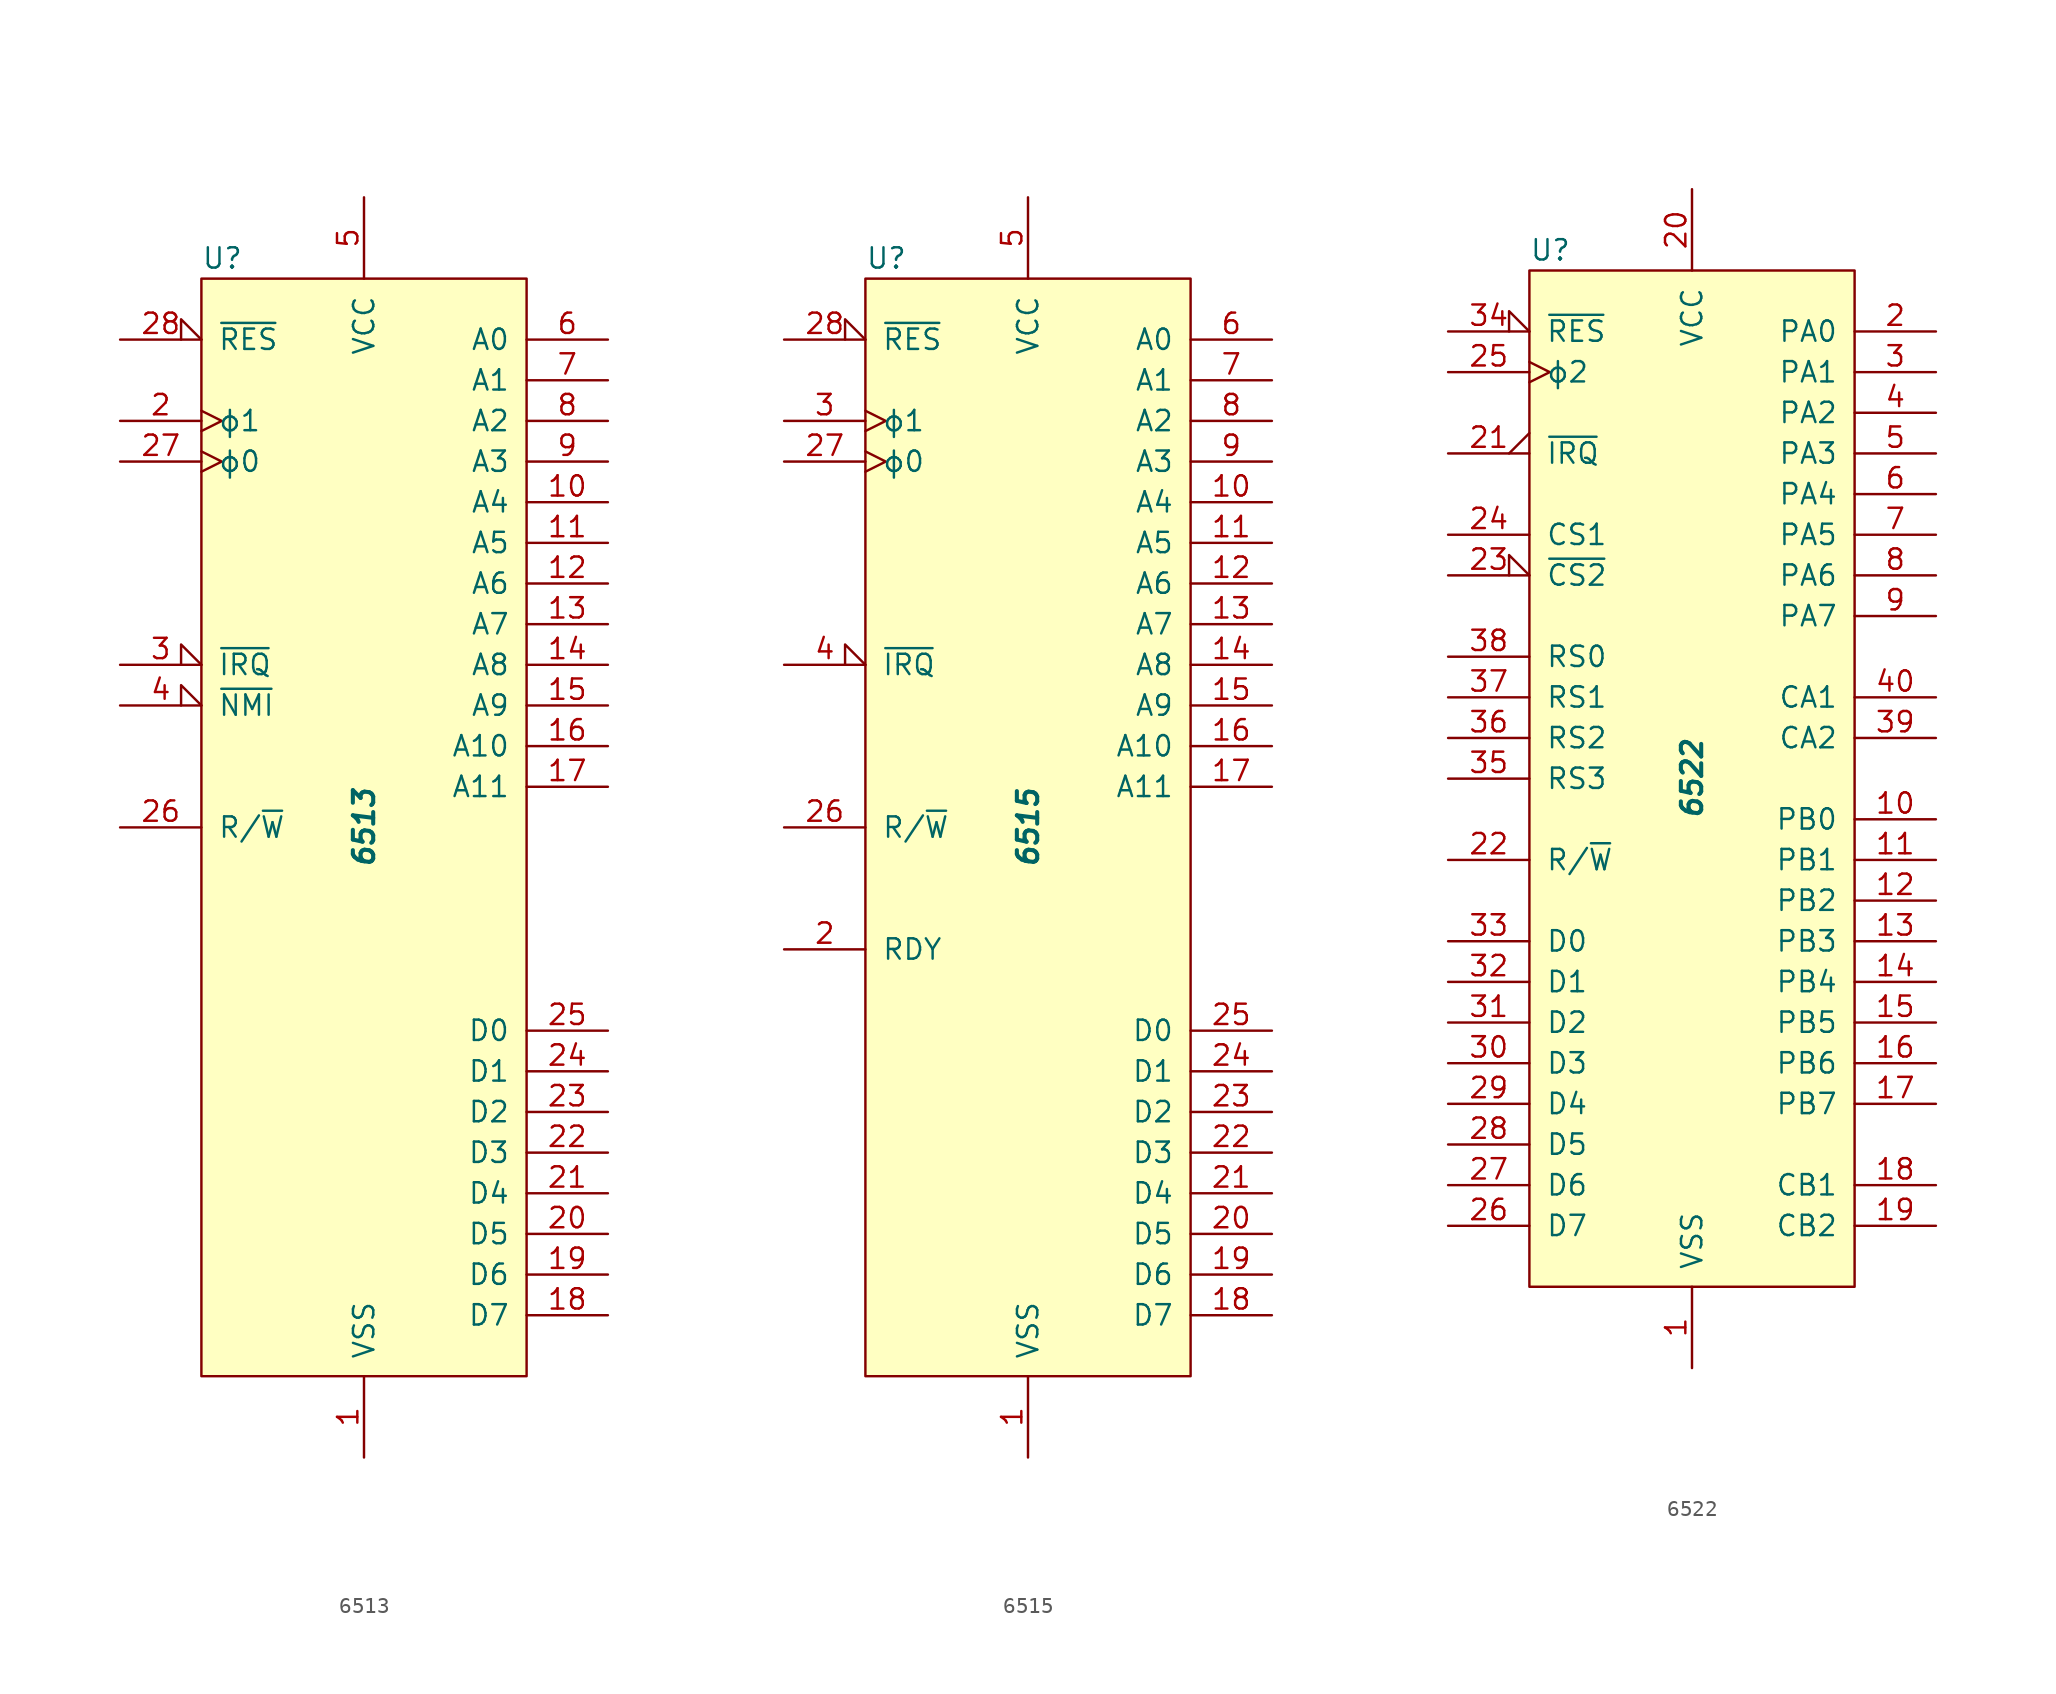
<source format=kicad_sym>
(kicad_symbol_lib
  (version 20211014)
  (generator kicad_symbol_editor)
  (symbol "6513"
    (pin_names
      (offset 1.016))
    (property "Reference" "U"
      (at -10.16 35.56 0)
      (effects (font (size 1.27 1.27)) (justify left)))
    (property "Value" "6513"
      (at 0 0 90)
      (effects (font (size 1.27 1.27) bold italic)))
    (symbol "6513_0_1"
      (rectangle (start -10.16 34.29) (end 10.16 -34.29) (stroke (width 0) (type default) (color 0 0 0 0)) (fill (type background))))
    (symbol "6513_1_1"
      (pin power_in line (at 0 -39.37 90) (length 5.08) (name "VSS" (effects (font (size 1.27 1.27)))) (number "1" (effects (font (size 1.27 1.27)))))
      (pin output line (at 15.24 20.32 180) (length 5.08) (name "A4" (effects (font (size 1.27 1.27)))) (number "10" (effects (font (size 1.27 1.27)))))
      (pin output line (at 15.24 17.78 180) (length 5.08) (name "A5" (effects (font (size 1.27 1.27)))) (number "11" (effects (font (size 1.27 1.27)))))
      (pin output line (at 15.24 15.24 180) (length 5.08) (name "A6" (effects (font (size 1.27 1.27)))) (number "12" (effects (font (size 1.27 1.27)))))
      (pin output line (at 15.24 12.7 180) (length 5.08) (name "A7" (effects (font (size 1.27 1.27)))) (number "13" (effects (font (size 1.27 1.27)))))
      (pin output line (at 15.24 10.16 180) (length 5.08) (name "A8" (effects (font (size 1.27 1.27)))) (number "14" (effects (font (size 1.27 1.27)))))
      (pin output line (at 15.24 7.62 180) (length 5.08) (name "A9" (effects (font (size 1.27 1.27)))) (number "15" (effects (font (size 1.27 1.27)))))
      (pin output line (at 15.24 5.08 180) (length 5.08) (name "A10" (effects (font (size 1.27 1.27)))) (number "16" (effects (font (size 1.27 1.27)))))
      (pin output line (at 15.24 2.54 180) (length 5.08) (name "A11" (effects (font (size 1.27 1.27)))) (number "17" (effects (font (size 1.27 1.27)))))
      (pin bidirectional line (at 15.24 -30.48 180) (length 5.08) (name "D7" (effects (font (size 1.27 1.27)))) (number "18" (effects (font (size 1.27 1.27)))))
      (pin bidirectional line (at 15.24 -27.94 180) (length 5.08) (name "D6" (effects (font (size 1.27 1.27)))) (number "19" (effects (font (size 1.27 1.27)))))
      (pin input clock (at -15.24 25.4 0) (length 5.08) (name "ϕ1" (effects (font (size 1.27 1.27)))) (number "2" (effects (font (size 1.27 1.27)))))
      (pin bidirectional line (at 15.24 -25.4 180) (length 5.08) (name "D5" (effects (font (size 1.27 1.27)))) (number "20" (effects (font (size 1.27 1.27)))))
      (pin bidirectional line (at 15.24 -22.86 180) (length 5.08) (name "D4" (effects (font (size 1.27 1.27)))) (number "21" (effects (font (size 1.27 1.27)))))
      (pin bidirectional line (at 15.24 -20.32 180) (length 5.08) (name "D3" (effects (font (size 1.27 1.27)))) (number "22" (effects (font (size 1.27 1.27)))))
      (pin bidirectional line (at 15.24 -17.78 180) (length 5.08) (name "D2" (effects (font (size 1.27 1.27)))) (number "23" (effects (font (size 1.27 1.27)))))
      (pin bidirectional line (at 15.24 -15.24 180) (length 5.08) (name "D1" (effects (font (size 1.27 1.27)))) (number "24" (effects (font (size 1.27 1.27)))))
      (pin bidirectional line (at 15.24 -12.7 180) (length 5.08) (name "D0" (effects (font (size 1.27 1.27)))) (number "25" (effects (font (size 1.27 1.27)))))
      (pin output line (at -15.24 0 0) (length 5.08) (name "R/~{W}" (effects (font (size 1.27 1.27)))) (number "26" (effects (font (size 1.27 1.27)))))
      (pin input clock (at -15.24 22.86 0) (length 5.08) (name "ϕ0" (effects (font (size 1.27 1.27)))) (number "27" (effects (font (size 1.27 1.27)))))
      (pin input input_low (at -15.24 30.48 0) (length 5.08) (name "~{RES}" (effects (font (size 1.27 1.27)))) (number "28" (effects (font (size 1.27 1.27)))))
      (pin input input_low (at -15.24 10.16 0) (length 5.08) (name "~{IRQ}" (effects (font (size 1.27 1.27)))) (number "3" (effects (font (size 1.27 1.27)))))
      (pin input input_low (at -15.24 7.62 0) (length 5.08) (name "~{NMI}" (effects (font (size 1.27 1.27)))) (number "4" (effects (font (size 1.27 1.27)))))
      (pin power_in line (at 0 39.37 270) (length 5.08) (name "VCC" (effects (font (size 1.27 1.27)))) (number "5" (effects (font (size 1.27 1.27)))))
      (pin output line (at 15.24 30.48 180) (length 5.08) (name "A0" (effects (font (size 1.27 1.27)))) (number "6" (effects (font (size 1.27 1.27)))))
      (pin output line (at 15.24 27.94 180) (length 5.08) (name "A1" (effects (font (size 1.27 1.27)))) (number "7" (effects (font (size 1.27 1.27)))))
      (pin output line (at 15.24 25.4 180) (length 5.08) (name "A2" (effects (font (size 1.27 1.27)))) (number "8" (effects (font (size 1.27 1.27)))))
      (pin output line (at 15.24 22.86 180) (length 5.08) (name "A3" (effects (font (size 1.27 1.27)))) (number "9" (effects (font (size 1.27 1.27)))))))
  (symbol "6515"
    (pin_names
      (offset 1.016))
    (property "Reference" "U"
      (at -10.16 35.56 0)
      (effects (font (size 1.27 1.27)) (justify left)))
    (property "Value" "6515"
      (at 0 0 90)
      (effects (font (size 1.27 1.27) bold italic)))
    (symbol "6515_0_1"
      (rectangle (start -10.16 34.29) (end 10.16 -34.29) (stroke (width 0) (type default) (color 0 0 0 0)) (fill (type background))))
    (symbol "6515_1_1"
      (pin power_in line (at 0 -39.37 90) (length 5.08) (name "VSS" (effects (font (size 1.27 1.27)))) (number "1" (effects (font (size 1.27 1.27)))))
      (pin output line (at 15.24 20.32 180) (length 5.08) (name "A4" (effects (font (size 1.27 1.27)))) (number "10" (effects (font (size 1.27 1.27)))))
      (pin output line (at 15.24 17.78 180) (length 5.08) (name "A5" (effects (font (size 1.27 1.27)))) (number "11" (effects (font (size 1.27 1.27)))))
      (pin output line (at 15.24 15.24 180) (length 5.08) (name "A6" (effects (font (size 1.27 1.27)))) (number "12" (effects (font (size 1.27 1.27)))))
      (pin output line (at 15.24 12.7 180) (length 5.08) (name "A7" (effects (font (size 1.27 1.27)))) (number "13" (effects (font (size 1.27 1.27)))))
      (pin output line (at 15.24 10.16 180) (length 5.08) (name "A8" (effects (font (size 1.27 1.27)))) (number "14" (effects (font (size 1.27 1.27)))))
      (pin output line (at 15.24 7.62 180) (length 5.08) (name "A9" (effects (font (size 1.27 1.27)))) (number "15" (effects (font (size 1.27 1.27)))))
      (pin output line (at 15.24 5.08 180) (length 5.08) (name "A10" (effects (font (size 1.27 1.27)))) (number "16" (effects (font (size 1.27 1.27)))))
      (pin output line (at 15.24 2.54 180) (length 5.08) (name "A11" (effects (font (size 1.27 1.27)))) (number "17" (effects (font (size 1.27 1.27)))))
      (pin bidirectional line (at 15.24 -30.48 180) (length 5.08) (name "D7" (effects (font (size 1.27 1.27)))) (number "18" (effects (font (size 1.27 1.27)))))
      (pin bidirectional line (at 15.24 -27.94 180) (length 5.08) (name "D6" (effects (font (size 1.27 1.27)))) (number "19" (effects (font (size 1.27 1.27)))))
      (pin input line (at -15.24 -7.62 0) (length 5.08) (name "RDY" (effects (font (size 1.27 1.27)))) (number "2" (effects (font (size 1.27 1.27)))))
      (pin bidirectional line (at 15.24 -25.4 180) (length 5.08) (name "D5" (effects (font (size 1.27 1.27)))) (number "20" (effects (font (size 1.27 1.27)))))
      (pin bidirectional line (at 15.24 -22.86 180) (length 5.08) (name "D4" (effects (font (size 1.27 1.27)))) (number "21" (effects (font (size 1.27 1.27)))))
      (pin bidirectional line (at 15.24 -20.32 180) (length 5.08) (name "D3" (effects (font (size 1.27 1.27)))) (number "22" (effects (font (size 1.27 1.27)))))
      (pin bidirectional line (at 15.24 -17.78 180) (length 5.08) (name "D2" (effects (font (size 1.27 1.27)))) (number "23" (effects (font (size 1.27 1.27)))))
      (pin bidirectional line (at 15.24 -15.24 180) (length 5.08) (name "D1" (effects (font (size 1.27 1.27)))) (number "24" (effects (font (size 1.27 1.27)))))
      (pin bidirectional line (at 15.24 -12.7 180) (length 5.08) (name "D0" (effects (font (size 1.27 1.27)))) (number "25" (effects (font (size 1.27 1.27)))))
      (pin output line (at -15.24 0 0) (length 5.08) (name "R/~{W}" (effects (font (size 1.27 1.27)))) (number "26" (effects (font (size 1.27 1.27)))))
      (pin input clock (at -15.24 22.86 0) (length 5.08) (name "ϕ0" (effects (font (size 1.27 1.27)))) (number "27" (effects (font (size 1.27 1.27)))))
      (pin input input_low (at -15.24 30.48 0) (length 5.08) (name "~{RES}" (effects (font (size 1.27 1.27)))) (number "28" (effects (font (size 1.27 1.27)))))
      (pin input clock (at -15.24 25.4 0) (length 5.08) (name "ϕ1" (effects (font (size 1.27 1.27)))) (number "3" (effects (font (size 1.27 1.27)))))
      (pin input input_low (at -15.24 10.16 0) (length 5.08) (name "~{IRQ}" (effects (font (size 1.27 1.27)))) (number "4" (effects (font (size 1.27 1.27)))))
      (pin power_in line (at 0 39.37 270) (length 5.08) (name "VCC" (effects (font (size 1.27 1.27)))) (number "5" (effects (font (size 1.27 1.27)))))
      (pin output line (at 15.24 30.48 180) (length 5.08) (name "A0" (effects (font (size 1.27 1.27)))) (number "6" (effects (font (size 1.27 1.27)))))
      (pin output line (at 15.24 27.94 180) (length 5.08) (name "A1" (effects (font (size 1.27 1.27)))) (number "7" (effects (font (size 1.27 1.27)))))
      (pin output line (at 15.24 25.4 180) (length 5.08) (name "A2" (effects (font (size 1.27 1.27)))) (number "8" (effects (font (size 1.27 1.27)))))
      (pin output line (at 15.24 22.86 180) (length 5.08) (name "A3" (effects (font (size 1.27 1.27)))) (number "9" (effects (font (size 1.27 1.27)))))))
  (symbol "6522"
    (pin_names
      (offset 1.016))
    (property "Reference" "U"
      (at -10.16 33.02 0)
      (effects (font (size 1.27 1.27)) (justify left)))
    (property "Value" "6522"
      (at 0 0 90)
      (effects (font (size 1.27 1.27) bold italic)))
    (symbol "6522_0_1"
      (rectangle (start -10.16 31.75) (end 10.16 -31.75) (stroke (width 0) (type default) (color 0 0 0 0)) (fill (type background))))
    (symbol "6522_1_1"
      (pin power_in line (at 0 -36.83 90) (length 5.08) (name "VSS" (effects (font (size 1.27 1.27)))) (number "1" (effects (font (size 1.27 1.27)))))
      (pin bidirectional line (at 15.24 -2.54 180) (length 5.08) (name "PB0" (effects (font (size 1.27 1.27)))) (number "10" (effects (font (size 1.27 1.27)))))
      (pin bidirectional line (at 15.24 -5.08 180) (length 5.08) (name "PB1" (effects (font (size 1.27 1.27)))) (number "11" (effects (font (size 1.27 1.27)))))
      (pin bidirectional line (at 15.24 -7.62 180) (length 5.08) (name "PB2" (effects (font (size 1.27 1.27)))) (number "12" (effects (font (size 1.27 1.27)))))
      (pin bidirectional line (at 15.24 -10.16 180) (length 5.08) (name "PB3" (effects (font (size 1.27 1.27)))) (number "13" (effects (font (size 1.27 1.27)))))
      (pin bidirectional line (at 15.24 -12.7 180) (length 5.08) (name "PB4" (effects (font (size 1.27 1.27)))) (number "14" (effects (font (size 1.27 1.27)))))
      (pin bidirectional line (at 15.24 -15.24 180) (length 5.08) (name "PB5" (effects (font (size 1.27 1.27)))) (number "15" (effects (font (size 1.27 1.27)))))
      (pin bidirectional line (at 15.24 -17.78 180) (length 5.08) (name "PB6" (effects (font (size 1.27 1.27)))) (number "16" (effects (font (size 1.27 1.27)))))
      (pin bidirectional line (at 15.24 -20.32 180) (length 5.08) (name "PB7" (effects (font (size 1.27 1.27)))) (number "17" (effects (font (size 1.27 1.27)))))
      (pin input line (at 15.24 -25.4 180) (length 5.08) (name "CB1" (effects (font (size 1.27 1.27)))) (number "18" (effects (font (size 1.27 1.27)))))
      (pin bidirectional line (at 15.24 -27.94 180) (length 5.08) (name "CB2" (effects (font (size 1.27 1.27)))) (number "19" (effects (font (size 1.27 1.27)))))
      (pin bidirectional line (at 15.24 27.94 180) (length 5.08) (name "PA0" (effects (font (size 1.27 1.27)))) (number "2" (effects (font (size 1.27 1.27)))))
      (pin power_in line (at 0 36.83 270) (length 5.08) (name "VCC" (effects (font (size 1.27 1.27)))) (number "20" (effects (font (size 1.27 1.27)))))
      (pin open_collector output_low (at -15.24 20.32 0) (length 5.08) (name "~{IRQ}" (effects (font (size 1.27 1.27)))) (number "21" (effects (font (size 1.27 1.27)))))
      (pin input line (at -15.24 -5.08 0) (length 5.08) (name "R/~{W}" (effects (font (size 1.27 1.27)))) (number "22" (effects (font (size 1.27 1.27)))))
      (pin input input_low (at -15.24 12.7 0) (length 5.08) (name "~{CS2}" (effects (font (size 1.27 1.27)))) (number "23" (effects (font (size 1.27 1.27)))))
      (pin input line (at -15.24 15.24 0) (length 5.08) (name "CS1" (effects (font (size 1.27 1.27)))) (number "24" (effects (font (size 1.27 1.27)))))
      (pin input clock (at -15.24 25.4 0) (length 5.08) (name "ϕ2" (effects (font (size 1.27 1.27)))) (number "25" (effects (font (size 1.27 1.27)))))
      (pin bidirectional line (at -15.24 -27.94 0) (length 5.08) (name "D7" (effects (font (size 1.27 1.27)))) (number "26" (effects (font (size 1.27 1.27)))))
      (pin bidirectional line (at -15.24 -25.4 0) (length 5.08) (name "D6" (effects (font (size 1.27 1.27)))) (number "27" (effects (font (size 1.27 1.27)))))
      (pin bidirectional line (at -15.24 -22.86 0) (length 5.08) (name "D5" (effects (font (size 1.27 1.27)))) (number "28" (effects (font (size 1.27 1.27)))))
      (pin bidirectional line (at -15.24 -20.32 0) (length 5.08) (name "D4" (effects (font (size 1.27 1.27)))) (number "29" (effects (font (size 1.27 1.27)))))
      (pin bidirectional line (at 15.24 25.4 180) (length 5.08) (name "PA1" (effects (font (size 1.27 1.27)))) (number "3" (effects (font (size 1.27 1.27)))))
      (pin bidirectional line (at -15.24 -17.78 0) (length 5.08) (name "D3" (effects (font (size 1.27 1.27)))) (number "30" (effects (font (size 1.27 1.27)))))
      (pin bidirectional line (at -15.24 -15.24 0) (length 5.08) (name "D2" (effects (font (size 1.27 1.27)))) (number "31" (effects (font (size 1.27 1.27)))))
      (pin bidirectional line (at -15.24 -12.7 0) (length 5.08) (name "D1" (effects (font (size 1.27 1.27)))) (number "32" (effects (font (size 1.27 1.27)))))
      (pin bidirectional line (at -15.24 -10.16 0) (length 5.08) (name "D0" (effects (font (size 1.27 1.27)))) (number "33" (effects (font (size 1.27 1.27)))))
      (pin input input_low (at -15.24 27.94 0) (length 5.08) (name "~{RES}" (effects (font (size 1.27 1.27)))) (number "34" (effects (font (size 1.27 1.27)))))
      (pin input line (at -15.24 0 0) (length 5.08) (name "RS3" (effects (font (size 1.27 1.27)))) (number "35" (effects (font (size 1.27 1.27)))))
      (pin input line (at -15.24 2.54 0) (length 5.08) (name "RS2" (effects (font (size 1.27 1.27)))) (number "36" (effects (font (size 1.27 1.27)))))
      (pin input line (at -15.24 5.08 0) (length 5.08) (name "RS1" (effects (font (size 1.27 1.27)))) (number "37" (effects (font (size 1.27 1.27)))))
      (pin input line (at -15.24 7.62 0) (length 5.08) (name "RS0" (effects (font (size 1.27 1.27)))) (number "38" (effects (font (size 1.27 1.27)))))
      (pin bidirectional line (at 15.24 2.54 180) (length 5.08) (name "CA2" (effects (font (size 1.27 1.27)))) (number "39" (effects (font (size 1.27 1.27)))))
      (pin bidirectional line (at 15.24 22.86 180) (length 5.08) (name "PA2" (effects (font (size 1.27 1.27)))) (number "4" (effects (font (size 1.27 1.27)))))
      (pin input line (at 15.24 5.08 180) (length 5.08) (name "CA1" (effects (font (size 1.27 1.27)))) (number "40" (effects (font (size 1.27 1.27)))))
      (pin bidirectional line (at 15.24 20.32 180) (length 5.08) (name "PA3" (effects (font (size 1.27 1.27)))) (number "5" (effects (font (size 1.27 1.27)))))
      (pin bidirectional line (at 15.24 17.78 180) (length 5.08) (name "PA4" (effects (font (size 1.27 1.27)))) (number "6" (effects (font (size 1.27 1.27)))))
      (pin bidirectional line (at 15.24 15.24 180) (length 5.08) (name "PA5" (effects (font (size 1.27 1.27)))) (number "7" (effects (font (size 1.27 1.27)))))
      (pin bidirectional line (at 15.24 12.7 180) (length 5.08) (name "PA6" (effects (font (size 1.27 1.27)))) (number "8" (effects (font (size 1.27 1.27)))))
      (pin bidirectional line (at 15.24 10.16 180) (length 5.08) (name "PA7" (effects (font (size 1.27 1.27)))) (number "9" (effects (font (size 1.27 1.27))))))))
</source>
